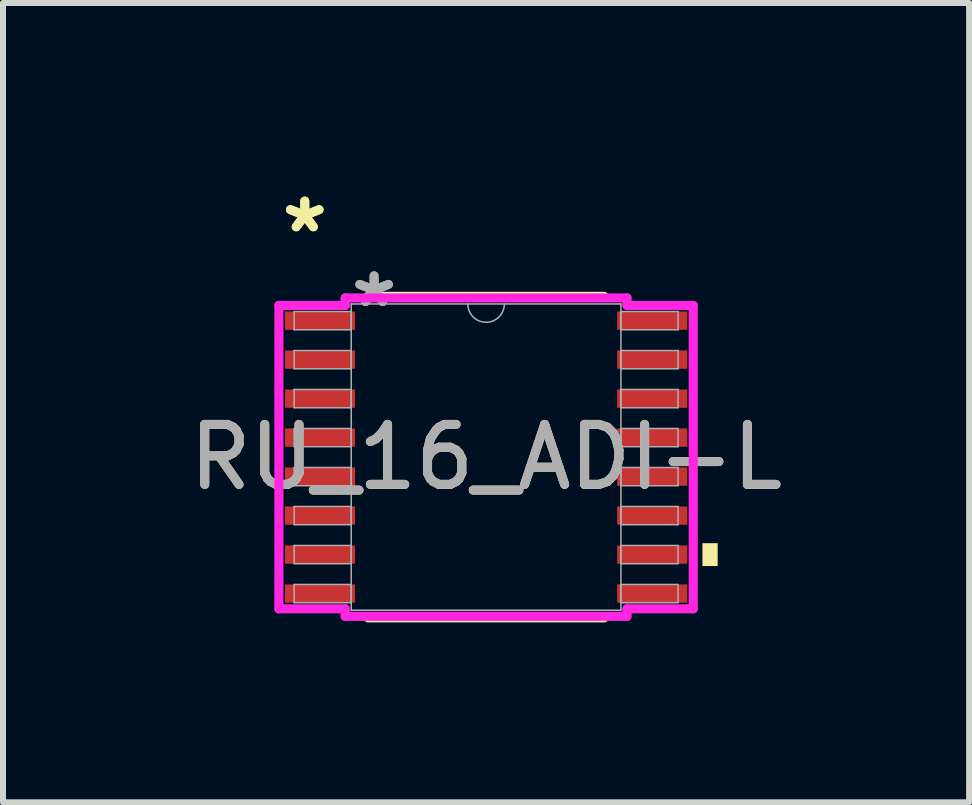
<source format=kicad_pcb>
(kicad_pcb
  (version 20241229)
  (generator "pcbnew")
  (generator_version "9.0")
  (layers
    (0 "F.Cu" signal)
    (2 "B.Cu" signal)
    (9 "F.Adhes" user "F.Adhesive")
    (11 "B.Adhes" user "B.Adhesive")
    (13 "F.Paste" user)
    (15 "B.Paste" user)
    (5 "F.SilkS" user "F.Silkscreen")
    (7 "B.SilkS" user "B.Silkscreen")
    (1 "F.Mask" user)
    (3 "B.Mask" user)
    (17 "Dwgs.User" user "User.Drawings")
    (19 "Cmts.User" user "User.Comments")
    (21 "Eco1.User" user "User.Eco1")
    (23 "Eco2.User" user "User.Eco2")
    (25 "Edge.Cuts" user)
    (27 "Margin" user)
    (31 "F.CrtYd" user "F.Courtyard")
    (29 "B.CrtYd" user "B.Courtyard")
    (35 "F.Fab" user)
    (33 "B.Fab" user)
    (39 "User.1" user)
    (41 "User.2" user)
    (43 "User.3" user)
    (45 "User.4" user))
  (footprint "RU_16_ADI-L"
    (layer "F.Cu")
    (at 5.054 4.571)
    (property "Reference" "RU_16_ADI-L" (at 0 0 0) (unlocked yes) (layer "F.SilkS") (effects (font (size 1 1) (thickness 0.15))))
    (attr smd)
    (fp_line (start -1.967 2.68) (end 1.967 2.68) (stroke (width 0.152) (type solid)) (layer "F.SilkS"))
    (fp_line (start 1.967 -2.68) (end -1.967 -2.68) (stroke (width 0.152) (type solid)) (layer "F.SilkS"))
    (fp_poly (pts (xy 3.861 1.435) (xy 3.861 1.816) (xy 3.607 1.816) (xy 3.607 1.435)) (stroke (width 0) (type solid)) (fill yes) (layer "F.SilkS"))
    (fp_line (start -3.454 -2.529) (end -2.349 -2.529) (stroke (width 0.152) (type solid)) (layer "F.CrtYd"))
    (fp_line (start -3.454 2.529) (end -3.454 -2.529) (stroke (width 0.152) (type solid)) (layer "F.CrtYd"))
    (fp_line (start -3.454 2.529) (end -2.349 2.529) (stroke (width 0.152) (type solid)) (layer "F.CrtYd"))
    (fp_line (start -2.349 -2.654) (end 2.349 -2.654) (stroke (width 0.152) (type solid)) (layer "F.CrtYd"))
    (fp_line (start -2.349 -2.529) (end -2.349 -2.654) (stroke (width 0.152) (type solid)) (layer "F.CrtYd"))
    (fp_line (start -2.349 2.654) (end -2.349 2.529) (stroke (width 0.152) (type solid)) (layer "F.CrtYd"))
    (fp_line (start 2.349 -2.654) (end 2.349 -2.529) (stroke (width 0.152) (type solid)) (layer "F.CrtYd"))
    (fp_line (start 2.349 2.529) (end 2.349 2.654) (stroke (width 0.152) (type solid)) (layer "F.CrtYd"))
    (fp_line (start 2.349 2.654) (end -2.349 2.654) (stroke (width 0.152) (type solid)) (layer "F.CrtYd"))
    (fp_line (start 3.454 -2.529) (end 2.349 -2.529) (stroke (width 0.152) (type solid)) (layer "F.CrtYd"))
    (fp_line (start 3.454 -2.529) (end 3.454 2.529) (stroke (width 0.152) (type solid)) (layer "F.CrtYd"))
    (fp_line (start 3.454 2.529) (end 2.349 2.529) (stroke (width 0.152) (type solid)) (layer "F.CrtYd"))
    (fp_line (start -3.2 -2.427) (end -3.2 -2.123) (stroke (width 0.025) (type solid)) (layer "F.Fab"))
    (fp_line (start -3.2 -2.123) (end -2.248 -2.123) (stroke (width 0.025) (type solid)) (layer "F.Fab"))
    (fp_line (start -3.2 -1.777) (end -3.2 -1.473) (stroke (width 0.025) (type solid)) (layer "F.Fab"))
    (fp_line (start -3.2 -1.473) (end -2.248 -1.473) (stroke (width 0.025) (type solid)) (layer "F.Fab"))
    (fp_line (start -3.2 -1.127) (end -3.2 -0.823) (stroke (width 0.025) (type solid)) (layer "F.Fab"))
    (fp_line (start -3.2 -0.823) (end -2.248 -0.823) (stroke (width 0.025) (type solid)) (layer "F.Fab"))
    (fp_line (start -3.2 -0.477) (end -3.2 -0.173) (stroke (width 0.025) (type solid)) (layer "F.Fab"))
    (fp_line (start -3.2 -0.173) (end -2.248 -0.173) (stroke (width 0.025) (type solid)) (layer "F.Fab"))
    (fp_line (start -3.2 0.173) (end -3.2 0.477) (stroke (width 0.025) (type solid)) (layer "F.Fab"))
    (fp_line (start -3.2 0.477) (end -2.248 0.477) (stroke (width 0.025) (type solid)) (layer "F.Fab"))
    (fp_line (start -3.2 0.823) (end -3.2 1.127) (stroke (width 0.025) (type solid)) (layer "F.Fab"))
    (fp_line (start -3.2 1.127) (end -2.248 1.127) (stroke (width 0.025) (type solid)) (layer "F.Fab"))
    (fp_line (start -3.2 1.473) (end -3.2 1.777) (stroke (width 0.025) (type solid)) (layer "F.Fab"))
    (fp_line (start -3.2 1.777) (end -2.248 1.777) (stroke (width 0.025) (type solid)) (layer "F.Fab"))
    (fp_line (start -3.2 2.123) (end -3.2 2.427) (stroke (width 0.025) (type solid)) (layer "F.Fab"))
    (fp_line (start -3.2 2.427) (end -2.248 2.427) (stroke (width 0.025) (type solid)) (layer "F.Fab"))
    (fp_line (start -2.248 -2.553) (end -2.248 2.553) (stroke (width 0.025) (type solid)) (layer "F.Fab"))
    (fp_line (start -2.248 -2.427) (end -3.2 -2.427) (stroke (width 0.025) (type solid)) (layer "F.Fab"))
    (fp_line (start -2.248 -2.123) (end -2.248 -2.427) (stroke (width 0.025) (type solid)) (layer "F.Fab"))
    (fp_line (start -2.248 -1.777) (end -3.2 -1.777) (stroke (width 0.025) (type solid)) (layer "F.Fab"))
    (fp_line (start -2.248 -1.473) (end -2.248 -1.777) (stroke (width 0.025) (type solid)) (layer "F.Fab"))
    (fp_line (start -2.248 -1.127) (end -3.2 -1.127) (stroke (width 0.025) (type solid)) (layer "F.Fab"))
    (fp_line (start -2.248 -0.823) (end -2.248 -1.127) (stroke (width 0.025) (type solid)) (layer "F.Fab"))
    (fp_line (start -2.248 -0.477) (end -3.2 -0.477) (stroke (width 0.025) (type solid)) (layer "F.Fab"))
    (fp_line (start -2.248 -0.173) (end -2.248 -0.477) (stroke (width 0.025) (type solid)) (layer "F.Fab"))
    (fp_line (start -2.248 0.173) (end -3.2 0.173) (stroke (width 0.025) (type solid)) (layer "F.Fab"))
    (fp_line (start -2.248 0.477) (end -2.248 0.173) (stroke (width 0.025) (type solid)) (layer "F.Fab"))
    (fp_line (start -2.248 0.823) (end -3.2 0.823) (stroke (width 0.025) (type solid)) (layer "F.Fab"))
    (fp_line (start -2.248 1.127) (end -2.248 0.823) (stroke (width 0.025) (type solid)) (layer "F.Fab"))
    (fp_line (start -2.248 1.473) (end -3.2 1.473) (stroke (width 0.025) (type solid)) (layer "F.Fab"))
    (fp_line (start -2.248 1.777) (end -2.248 1.473) (stroke (width 0.025) (type solid)) (layer "F.Fab"))
    (fp_line (start -2.248 2.123) (end -3.2 2.123) (stroke (width 0.025) (type solid)) (layer "F.Fab"))
    (fp_line (start -2.248 2.427) (end -2.248 2.123) (stroke (width 0.025) (type solid)) (layer "F.Fab"))
    (fp_line (start -2.248 2.553) (end 2.248 2.553) (stroke (width 0.025) (type solid)) (layer "F.Fab"))
    (fp_line (start 2.248 -2.553) (end -2.248 -2.553) (stroke (width 0.025) (type solid)) (layer "F.Fab"))
    (fp_line (start 2.248 -2.427) (end 2.248 -2.123) (stroke (width 0.025) (type solid)) (layer "F.Fab"))
    (fp_line (start 2.248 -2.123) (end 3.2 -2.123) (stroke (width 0.025) (type solid)) (layer "F.Fab"))
    (fp_line (start 2.248 -1.777) (end 2.248 -1.473) (stroke (width 0.025) (type solid)) (layer "F.Fab"))
    (fp_line (start 2.248 -1.473) (end 3.2 -1.473) (stroke (width 0.025) (type solid)) (layer "F.Fab"))
    (fp_line (start 2.248 -1.127) (end 2.248 -0.823) (stroke (width 0.025) (type solid)) (layer "F.Fab"))
    (fp_line (start 2.248 -0.823) (end 3.2 -0.823) (stroke (width 0.025) (type solid)) (layer "F.Fab"))
    (fp_line (start 2.248 -0.477) (end 2.248 -0.173) (stroke (width 0.025) (type solid)) (layer "F.Fab"))
    (fp_line (start 2.248 -0.173) (end 3.2 -0.173) (stroke (width 0.025) (type solid)) (layer "F.Fab"))
    (fp_line (start 2.248 0.173) (end 2.248 0.477) (stroke (width 0.025) (type solid)) (layer "F.Fab"))
    (fp_line (start 2.248 0.477) (end 3.2 0.477) (stroke (width 0.025) (type solid)) (layer "F.Fab"))
    (fp_line (start 2.248 0.823) (end 2.248 1.127) (stroke (width 0.025) (type solid)) (layer "F.Fab"))
    (fp_line (start 2.248 1.127) (end 3.2 1.127) (stroke (width 0.025) (type solid)) (layer "F.Fab"))
    (fp_line (start 2.248 1.473) (end 2.248 1.777) (stroke (width 0.025) (type solid)) (layer "F.Fab"))
    (fp_line (start 2.248 1.777) (end 3.2 1.777) (stroke (width 0.025) (type solid)) (layer "F.Fab"))
    (fp_line (start 2.248 2.123) (end 2.248 2.427) (stroke (width 0.025) (type solid)) (layer "F.Fab"))
    (fp_line (start 2.248 2.427) (end 3.2 2.427) (stroke (width 0.025) (type solid)) (layer "F.Fab"))
    (fp_line (start 2.248 2.553) (end 2.248 -2.553) (stroke (width 0.025) (type solid)) (layer "F.Fab"))
    (fp_line (start 3.2 -2.427) (end 2.248 -2.427) (stroke (width 0.025) (type solid)) (layer "F.Fab"))
    (fp_line (start 3.2 -2.123) (end 3.2 -2.427) (stroke (width 0.025) (type solid)) (layer "F.Fab"))
    (fp_line (start 3.2 -1.777) (end 2.248 -1.777) (stroke (width 0.025) (type solid)) (layer "F.Fab"))
    (fp_line (start 3.2 -1.473) (end 3.2 -1.777) (stroke (width 0.025) (type solid)) (layer "F.Fab"))
    (fp_line (start 3.2 -1.127) (end 2.248 -1.127) (stroke (width 0.025) (type solid)) (layer "F.Fab"))
    (fp_line (start 3.2 -0.823) (end 3.2 -1.127) (stroke (width 0.025) (type solid)) (layer "F.Fab"))
    (fp_line (start 3.2 -0.477) (end 2.248 -0.477) (stroke (width 0.025) (type solid)) (layer "F.Fab"))
    (fp_line (start 3.2 -0.173) (end 3.2 -0.477) (stroke (width 0.025) (type solid)) (layer "F.Fab"))
    (fp_line (start 3.2 0.173) (end 2.248 0.173) (stroke (width 0.025) (type solid)) (layer "F.Fab"))
    (fp_line (start 3.2 0.477) (end 3.2 0.173) (stroke (width 0.025) (type solid)) (layer "F.Fab"))
    (fp_line (start 3.2 0.823) (end 2.248 0.823) (stroke (width 0.025) (type solid)) (layer "F.Fab"))
    (fp_line (start 3.2 1.127) (end 3.2 0.823) (stroke (width 0.025) (type solid)) (layer "F.Fab"))
    (fp_line (start 3.2 1.473) (end 2.248 1.473) (stroke (width 0.025) (type solid)) (layer "F.Fab"))
    (fp_line (start 3.2 1.777) (end 3.2 1.473) (stroke (width 0.025) (type solid)) (layer "F.Fab"))
    (fp_line (start 3.2 2.123) (end 2.248 2.123) (stroke (width 0.025) (type solid)) (layer "F.Fab"))
    (fp_line (start 3.2 2.427) (end 3.2 2.123) (stroke (width 0.025) (type solid)) (layer "F.Fab"))
    (fp_arc (start 0.3048 -2.5527) (mid 0 -2.2479) (end -0.3048 -2.5527) (stroke (width 0.0254) (type solid)) (layer "F.Fab"))
    (fp_text user "*" (at -3.023 -3.723 0) (layer "F.SilkS") (effects (font (size 1 1) (thickness 0.15))))
    (fp_text user "*" (at -3.023 -3.723 0) (unlocked yes) (layer "F.SilkS") (effects (font (size 1 1) (thickness 0.15))))
    (fp_text user "*" (at -1.867 -2.477 0) (unlocked yes) (layer "F.Fab") (effects (font (size 1 1) (thickness 0.15))))
    (fp_text user "${REFERENCE}" (at 0 0 0) (unlocked yes) (layer "F.Fab") (effects (font (size 1 1) (thickness 0.15))))
    (fp_text user "*" (at -1.867 -2.477 0) (layer "F.Fab") (effects (font (size 1 1) (thickness 0.15))))
    (pad "1" smd rect (at -2.769 -2.275) (size 1.168 0.305) (layers "F.Cu" "F.Mask" "F.Paste"))
    (pad "2" smd rect (at -2.769 -1.625) (size 1.168 0.305) (layers "F.Cu" "F.Mask" "F.Paste"))
    (pad "3" smd rect (at -2.769 -0.975) (size 1.168 0.305) (layers "F.Cu" "F.Mask" "F.Paste"))
    (pad "4" smd rect (at -2.769 -0.325) (size 1.168 0.305) (layers "F.Cu" "F.Mask" "F.Paste"))
    (pad "5" smd rect (at -2.769 0.325) (size 1.168 0.305) (layers "F.Cu" "F.Mask" "F.Paste"))
    (pad "6" smd rect (at -2.769 0.975) (size 1.168 0.305) (layers "F.Cu" "F.Mask" "F.Paste"))
    (pad "7" smd rect (at -2.769 1.625) (size 1.168 0.305) (layers "F.Cu" "F.Mask" "F.Paste"))
    (pad "8" smd rect (at -2.769 2.275) (size 1.168 0.305) (layers "F.Cu" "F.Mask" "F.Paste"))
    (pad "9" smd rect (at 2.769 2.275) (size 1.168 0.305) (layers "F.Cu" "F.Mask" "F.Paste"))
    (pad "10" smd rect (at 2.769 1.625) (size 1.168 0.305) (layers "F.Cu" "F.Mask" "F.Paste"))
    (pad "11" smd rect (at 2.769 0.975) (size 1.168 0.305) (layers "F.Cu" "F.Mask" "F.Paste"))
    (pad "12" smd rect (at 2.769 0.325) (size 1.168 0.305) (layers "F.Cu" "F.Mask" "F.Paste"))
    (pad "13" smd rect (at 2.769 -0.325) (size 1.168 0.305) (layers "F.Cu" "F.Mask" "F.Paste"))
    (pad "14" smd rect (at 2.769 -0.975) (size 1.168 0.305) (layers "F.Cu" "F.Mask" "F.Paste"))
    (pad "15" smd rect (at 2.769 -1.625) (size 1.168 0.305) (layers "F.Cu" "F.Mask" "F.Paste"))
    (pad "16" smd rect (at 2.769 -2.275) (size 1.168 0.305) (layers "F.Cu" "F.Mask" "F.Paste")))
  (gr_rect
    (start -3 -3)
    (end 13.107 10.327)
    (stroke (width 0.1) (type default))
    (fill no)
    (layer "Edge.Cuts")))
</source>
